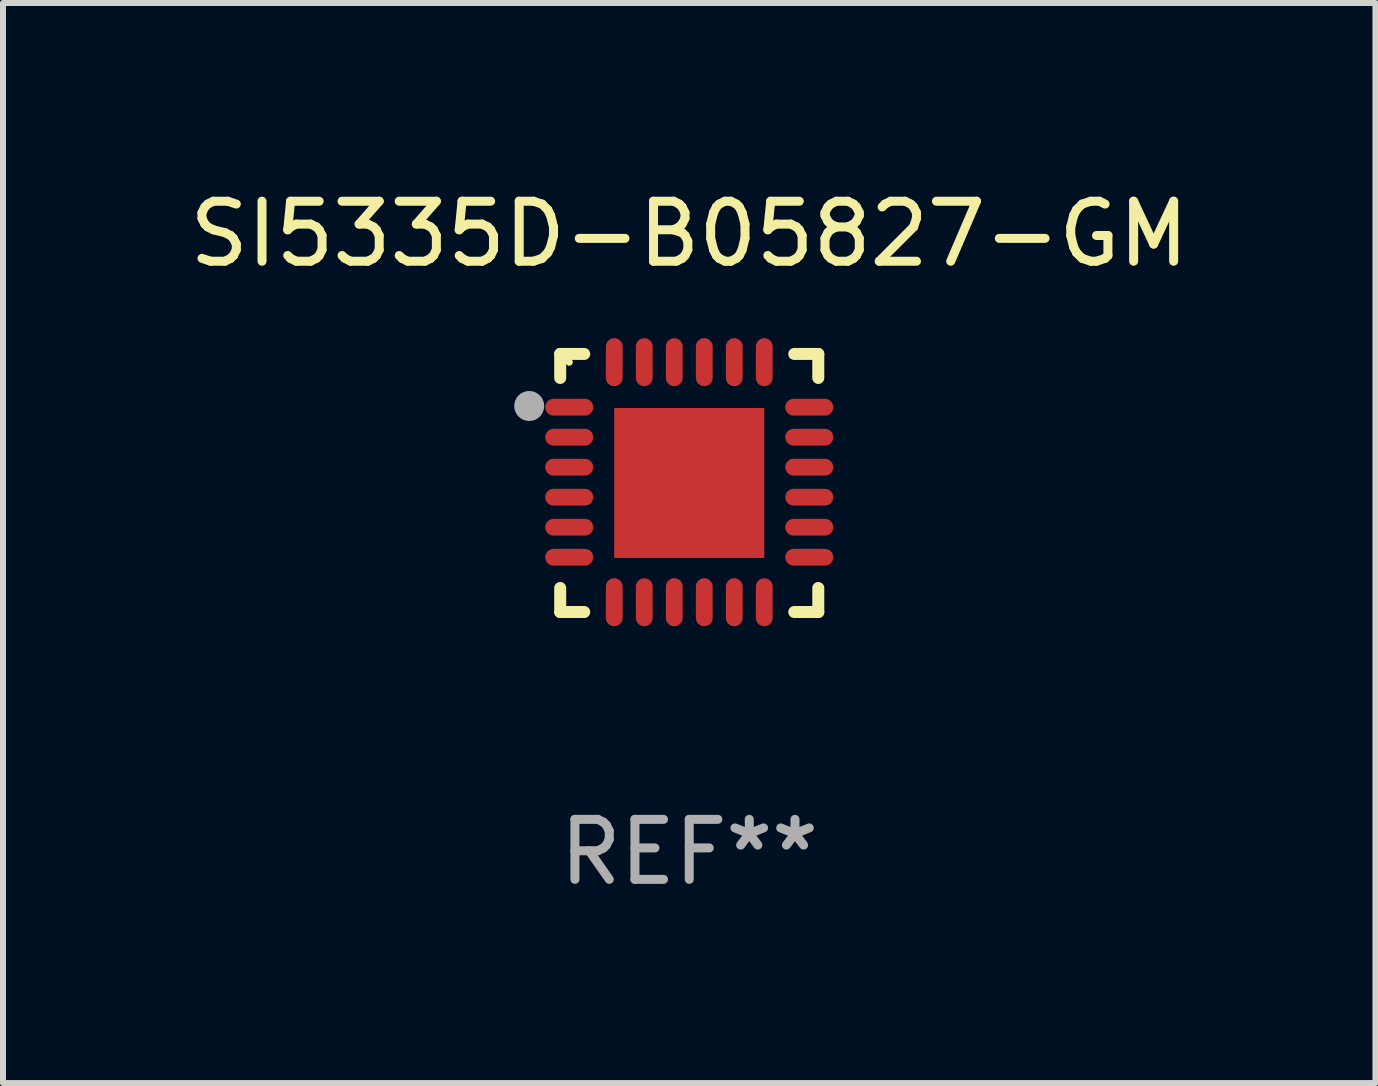
<source format=kicad_pcb>
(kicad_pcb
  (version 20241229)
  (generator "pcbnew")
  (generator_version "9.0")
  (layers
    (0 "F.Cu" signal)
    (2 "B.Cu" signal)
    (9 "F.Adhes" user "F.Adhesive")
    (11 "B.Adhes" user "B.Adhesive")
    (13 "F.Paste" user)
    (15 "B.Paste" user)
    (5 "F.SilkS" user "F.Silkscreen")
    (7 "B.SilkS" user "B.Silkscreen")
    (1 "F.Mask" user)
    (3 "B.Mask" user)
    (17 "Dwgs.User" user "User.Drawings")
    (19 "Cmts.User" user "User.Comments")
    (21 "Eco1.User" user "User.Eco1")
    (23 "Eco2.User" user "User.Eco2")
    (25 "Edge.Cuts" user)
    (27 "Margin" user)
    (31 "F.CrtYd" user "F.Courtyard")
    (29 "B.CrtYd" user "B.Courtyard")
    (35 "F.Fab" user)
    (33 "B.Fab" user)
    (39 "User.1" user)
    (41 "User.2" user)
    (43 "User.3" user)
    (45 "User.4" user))
  (footprint "SI5335D-B05827-GM"
    (layer "F.Cu")
    (at 8.435 4.998)
    (property "Reference" "SI5335D-B05827-GM" (at 0 -4.15 0) (layer "F.SilkS") (effects (font (size 1 1) (thickness 0.15))))
    (attr through_hole)
    (fp_line (start -2.15 -2.15) (end -1.75 -2.15) (stroke (width 0.2) (type solid)) (layer "F.SilkS"))
    (fp_line (start -2.15 -1.75) (end -2.15 -2.15) (stroke (width 0.2) (type solid)) (layer "F.SilkS"))
    (fp_line (start -2.15 2.15) (end -2.15 1.75) (stroke (width 0.2) (type solid)) (layer "F.SilkS"))
    (fp_line (start -1.75 2.15) (end -2.15 2.15) (stroke (width 0.2) (type solid)) (layer "F.SilkS"))
    (fp_line (start 1.75 -2.15) (end 2.15 -2.15) (stroke (width 0.2) (type solid)) (layer "F.SilkS"))
    (fp_line (start 1.75 2.15) (end 2.15 2.15) (stroke (width 0.2) (type solid)) (layer "F.SilkS"))
    (fp_line (start 2.15 -2.15) (end 2.15 -1.75) (stroke (width 0.2) (type solid)) (layer "F.SilkS"))
    (fp_line (start 2.15 2.15) (end 2.15 1.75) (stroke (width 0.2) (type solid)) (layer "F.SilkS"))
    (fp_circle (center -2 -2.013) (end -1.97 -2.013) (stroke (width 0.06) (type solid)) (fill no) (layer "F.SilkS"))
    (fp_circle (center -2.667 -1.283) (end -2.542 -1.283) (stroke (width 0.25) (type solid)) (fill no) (layer "F.Fab"))
    (fp_text user "REF**" (at 0 6.15 0) (layer "F.Fab") (effects (font (size 1 1) (thickness 0.15))))
    (pad "1" smd oval (at -2 -1.263) (size 0.8 0.28) (layers "F.Cu" "F.Mask" "F.Paste"))
    (pad "2" smd oval (at -2 -0.763) (size 0.8 0.28) (layers "F.Cu" "F.Mask" "F.Paste"))
    (pad "3" smd oval (at -2 -0.263) (size 0.8 0.28) (layers "F.Cu" "F.Mask" "F.Paste"))
    (pad "4" smd oval (at -2 0.237) (size 0.8 0.28) (layers "F.Cu" "F.Mask" "F.Paste"))
    (pad "5" smd oval (at -2 0.737) (size 0.8 0.28) (layers "F.Cu" "F.Mask" "F.Paste"))
    (pad "6" smd oval (at -2 1.237) (size 0.8 0.28) (layers "F.Cu" "F.Mask" "F.Paste"))
    (pad "7" smd oval (at -1.25 1.987) (size 0.28 0.8) (layers "F.Cu" "F.Mask" "F.Paste"))
    (pad "8" smd oval (at -0.75 1.987) (size 0.28 0.8) (layers "F.Cu" "F.Mask" "F.Paste"))
    (pad "9" smd oval (at -0.25 1.987) (size 0.28 0.8) (layers "F.Cu" "F.Mask" "F.Paste"))
    (pad "10" smd oval (at 0.25 1.987) (size 0.28 0.8) (layers "F.Cu" "F.Mask" "F.Paste"))
    (pad "11" smd oval (at 0.75 1.987) (size 0.28 0.8) (layers "F.Cu" "F.Mask" "F.Paste"))
    (pad "12" smd oval (at 1.25 1.987) (size 0.28 0.8) (layers "F.Cu" "F.Mask" "F.Paste"))
    (pad "13" smd oval (at 2 1.237) (size 0.8 0.28) (layers "F.Cu" "F.Mask" "F.Paste"))
    (pad "14" smd oval (at 2 0.737) (size 0.8 0.28) (layers "F.Cu" "F.Mask" "F.Paste"))
    (pad "15" smd oval (at 2 0.237) (size 0.8 0.28) (layers "F.Cu" "F.Mask" "F.Paste"))
    (pad "16" smd oval (at 2 -0.263) (size 0.8 0.28) (layers "F.Cu" "F.Mask" "F.Paste"))
    (pad "17" smd oval (at 2 -0.763) (size 0.8 0.28) (layers "F.Cu" "F.Mask" "F.Paste"))
    (pad "18" smd oval (at 2 -1.263) (size 0.8 0.28) (layers "F.Cu" "F.Mask" "F.Paste"))
    (pad "19" smd oval (at 1.25 -2.013) (size 0.28 0.8) (layers "F.Cu" "F.Mask" "F.Paste"))
    (pad "20" smd oval (at 0.75 -2.013) (size 0.28 0.8) (layers "F.Cu" "F.Mask" "F.Paste"))
    (pad "21" smd oval (at 0.25 -2.013) (size 0.28 0.8) (layers "F.Cu" "F.Mask" "F.Paste"))
    (pad "22" smd oval (at -0.25 -2.013) (size 0.28 0.8) (layers "F.Cu" "F.Mask" "F.Paste"))
    (pad "23" smd oval (at -0.75 -2.013) (size 0.28 0.8) (layers "F.Cu" "F.Mask" "F.Paste"))
    (pad "24" smd oval (at -1.25 -2.013) (size 0.28 0.8) (layers "F.Cu" "F.Mask" "F.Paste"))
    (pad "25" smd rect (at -0.000127 -0.00014) (size 2.5 2.5) (layers "F.Cu" "F.Mask" "F.Paste")))
  (gr_rect
    (start -3 -3)
    (end 19.869 14.997)
    (stroke (width 0.1) (type default))
    (fill no)
    (layer "Edge.Cuts")))
</source>
